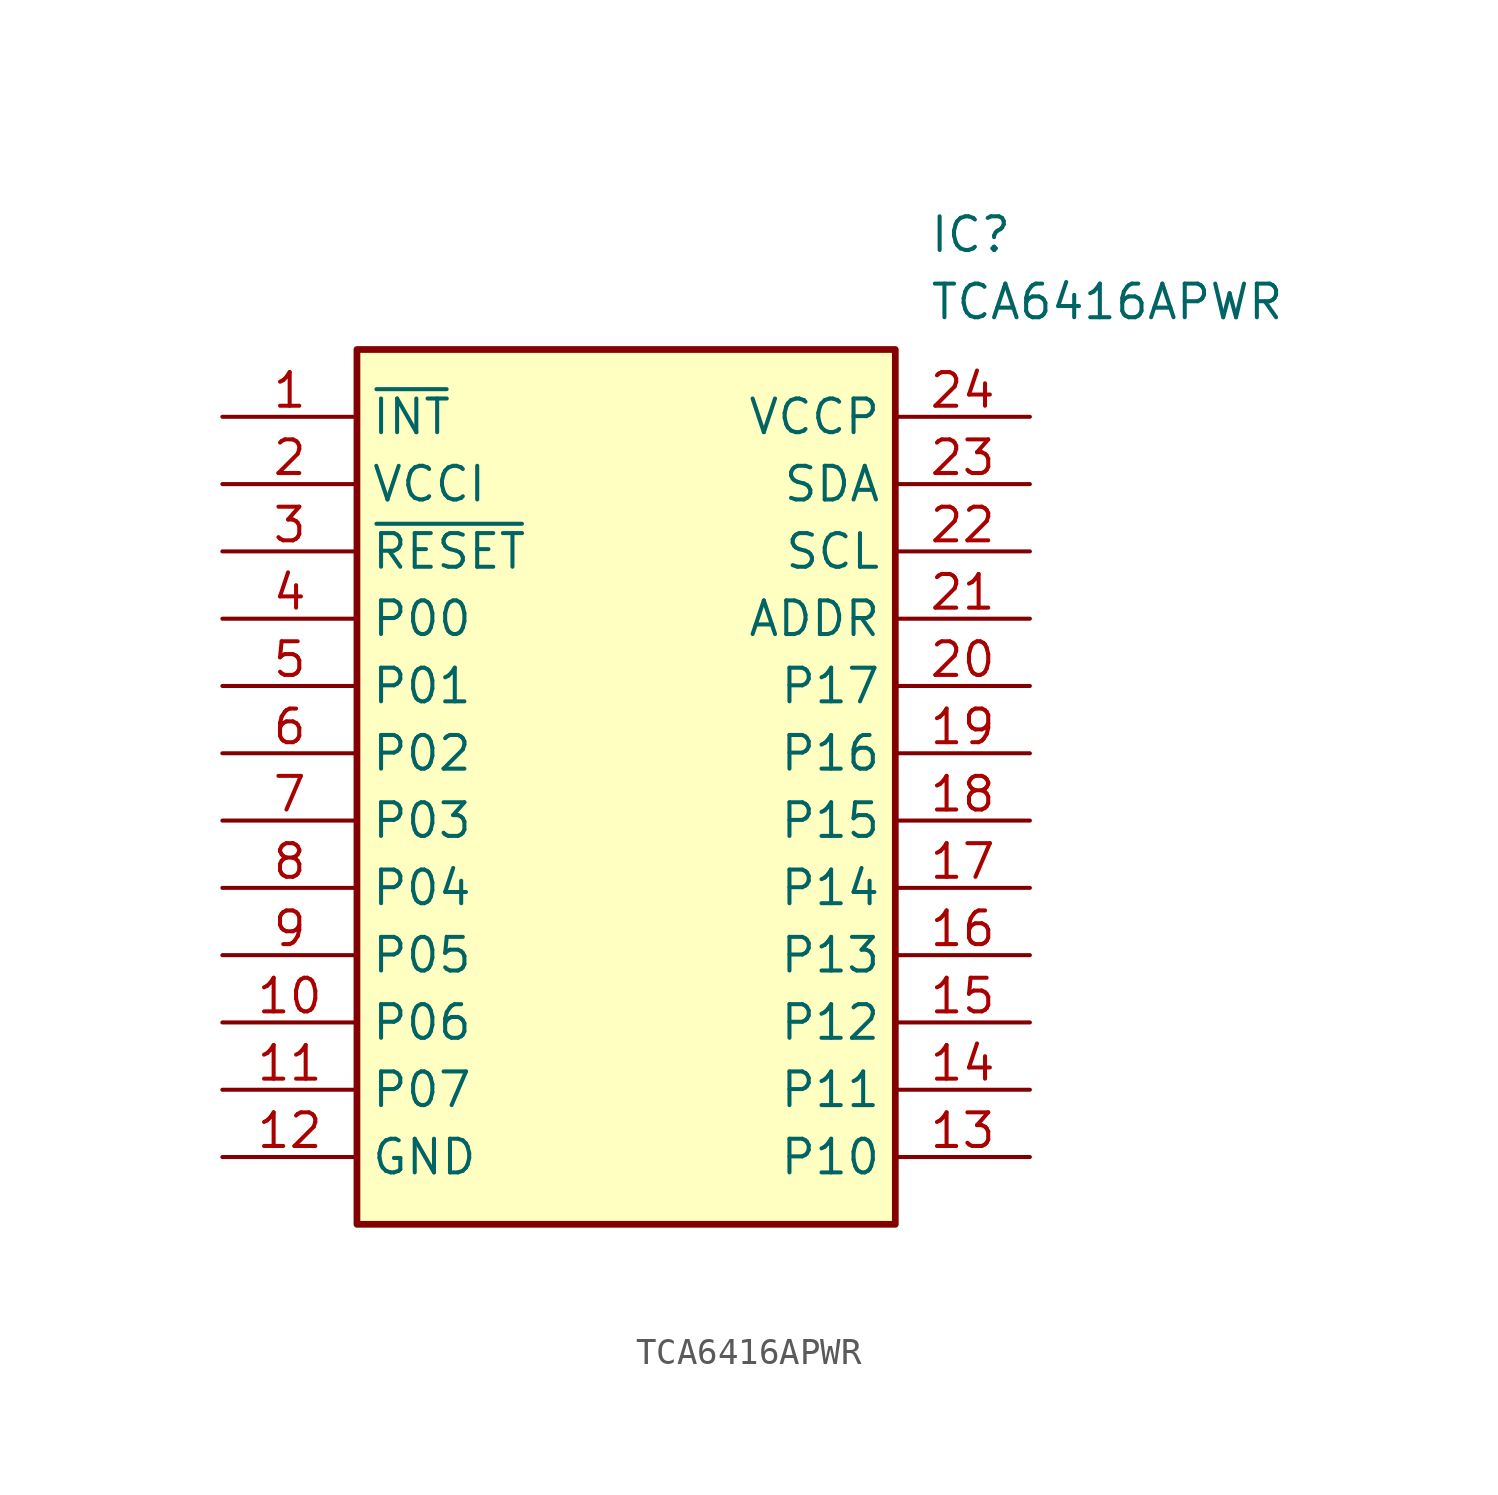
<source format=kicad_sym>
(kicad_symbol_lib
  (version 20211014)
  (generator SamacSys_ECAD_Model)
  (symbol "TCA6416APWR"
    (property "Reference" "IC"
      (at 26.67 7.62 0)
      (effects (font (size 1.27 1.27)) (justify left top)))
    (property "Value" "TCA6416APWR"
      (at 26.67 5.08 0)
      (effects (font (size 1.27 1.27)) (justify left top)))
    (rectangle
      (start 5.08 2.54)
      (end 25.4 -30.48)
      (stroke (width 0.254) (type default))
      (fill (type background)))
    (pin passive line
      (at 0 0 0)
      (length 5.08)
      (name "~{INT}" (effects (font (size 1.27 1.27))))
      (number "1" (effects (font (size 1.27 1.27)))))
    (pin passive line
      (at 0 -2.54 0)
      (length 5.08)
      (name "VCCI" (effects (font (size 1.27 1.27))))
      (number "2" (effects (font (size 1.27 1.27)))))
    (pin passive line
      (at 0 -5.08 0)
      (length 5.08)
      (name "~{RESET}" (effects (font (size 1.27 1.27))))
      (number "3" (effects (font (size 1.27 1.27)))))
    (pin passive line
      (at 0 -7.62 0)
      (length 5.08)
      (name "P00" (effects (font (size 1.27 1.27))))
      (number "4" (effects (font (size 1.27 1.27)))))
    (pin passive line
      (at 0 -10.16 0)
      (length 5.08)
      (name "P01" (effects (font (size 1.27 1.27))))
      (number "5" (effects (font (size 1.27 1.27)))))
    (pin passive line
      (at 0 -12.7 0)
      (length 5.08)
      (name "P02" (effects (font (size 1.27 1.27))))
      (number "6" (effects (font (size 1.27 1.27)))))
    (pin passive line
      (at 0 -15.24 0)
      (length 5.08)
      (name "P03" (effects (font (size 1.27 1.27))))
      (number "7" (effects (font (size 1.27 1.27)))))
    (pin passive line
      (at 0 -17.78 0)
      (length 5.08)
      (name "P04" (effects (font (size 1.27 1.27))))
      (number "8" (effects (font (size 1.27 1.27)))))
    (pin passive line
      (at 0 -20.32 0)
      (length 5.08)
      (name "P05" (effects (font (size 1.27 1.27))))
      (number "9" (effects (font (size 1.27 1.27)))))
    (pin passive line
      (at 0 -22.86 0)
      (length 5.08)
      (name "P06" (effects (font (size 1.27 1.27))))
      (number "10" (effects (font (size 1.27 1.27)))))
    (pin passive line
      (at 0 -25.4 0)
      (length 5.08)
      (name "P07" (effects (font (size 1.27 1.27))))
      (number "11" (effects (font (size 1.27 1.27)))))
    (pin passive line
      (at 0 -27.94 0)
      (length 5.08)
      (name "GND" (effects (font (size 1.27 1.27))))
      (number "12" (effects (font (size 1.27 1.27)))))
    (pin passive line
      (at 30.48 0 180)
      (length 5.08)
      (name "VCCP" (effects (font (size 1.27 1.27))))
      (number "24" (effects (font (size 1.27 1.27)))))
    (pin passive line
      (at 30.48 -2.54 180)
      (length 5.08)
      (name "SDA" (effects (font (size 1.27 1.27))))
      (number "23" (effects (font (size 1.27 1.27)))))
    (pin passive line
      (at 30.48 -5.08 180)
      (length 5.08)
      (name "SCL" (effects (font (size 1.27 1.27))))
      (number "22" (effects (font (size 1.27 1.27)))))
    (pin passive line
      (at 30.48 -7.62 180)
      (length 5.08)
      (name "ADDR" (effects (font (size 1.27 1.27))))
      (number "21" (effects (font (size 1.27 1.27)))))
    (pin passive line
      (at 30.48 -10.16 180)
      (length 5.08)
      (name "P17" (effects (font (size 1.27 1.27))))
      (number "20" (effects (font (size 1.27 1.27)))))
    (pin passive line
      (at 30.48 -12.7 180)
      (length 5.08)
      (name "P16" (effects (font (size 1.27 1.27))))
      (number "19" (effects (font (size 1.27 1.27)))))
    (pin passive line
      (at 30.48 -15.24 180)
      (length 5.08)
      (name "P15" (effects (font (size 1.27 1.27))))
      (number "18" (effects (font (size 1.27 1.27)))))
    (pin passive line
      (at 30.48 -17.78 180)
      (length 5.08)
      (name "P14" (effects (font (size 1.27 1.27))))
      (number "17" (effects (font (size 1.27 1.27)))))
    (pin passive line
      (at 30.48 -20.32 180)
      (length 5.08)
      (name "P13" (effects (font (size 1.27 1.27))))
      (number "16" (effects (font (size 1.27 1.27)))))
    (pin passive line
      (at 30.48 -22.86 180)
      (length 5.08)
      (name "P12" (effects (font (size 1.27 1.27))))
      (number "15" (effects (font (size 1.27 1.27)))))
    (pin passive line
      (at 30.48 -25.4 180)
      (length 5.08)
      (name "P11" (effects (font (size 1.27 1.27))))
      (number "14" (effects (font (size 1.27 1.27)))))
    (pin passive line
      (at 30.48 -27.94 180)
      (length 5.08)
      (name "P10" (effects (font (size 1.27 1.27))))
      (number "13" (effects (font (size 1.27 1.27)))))))
</source>
